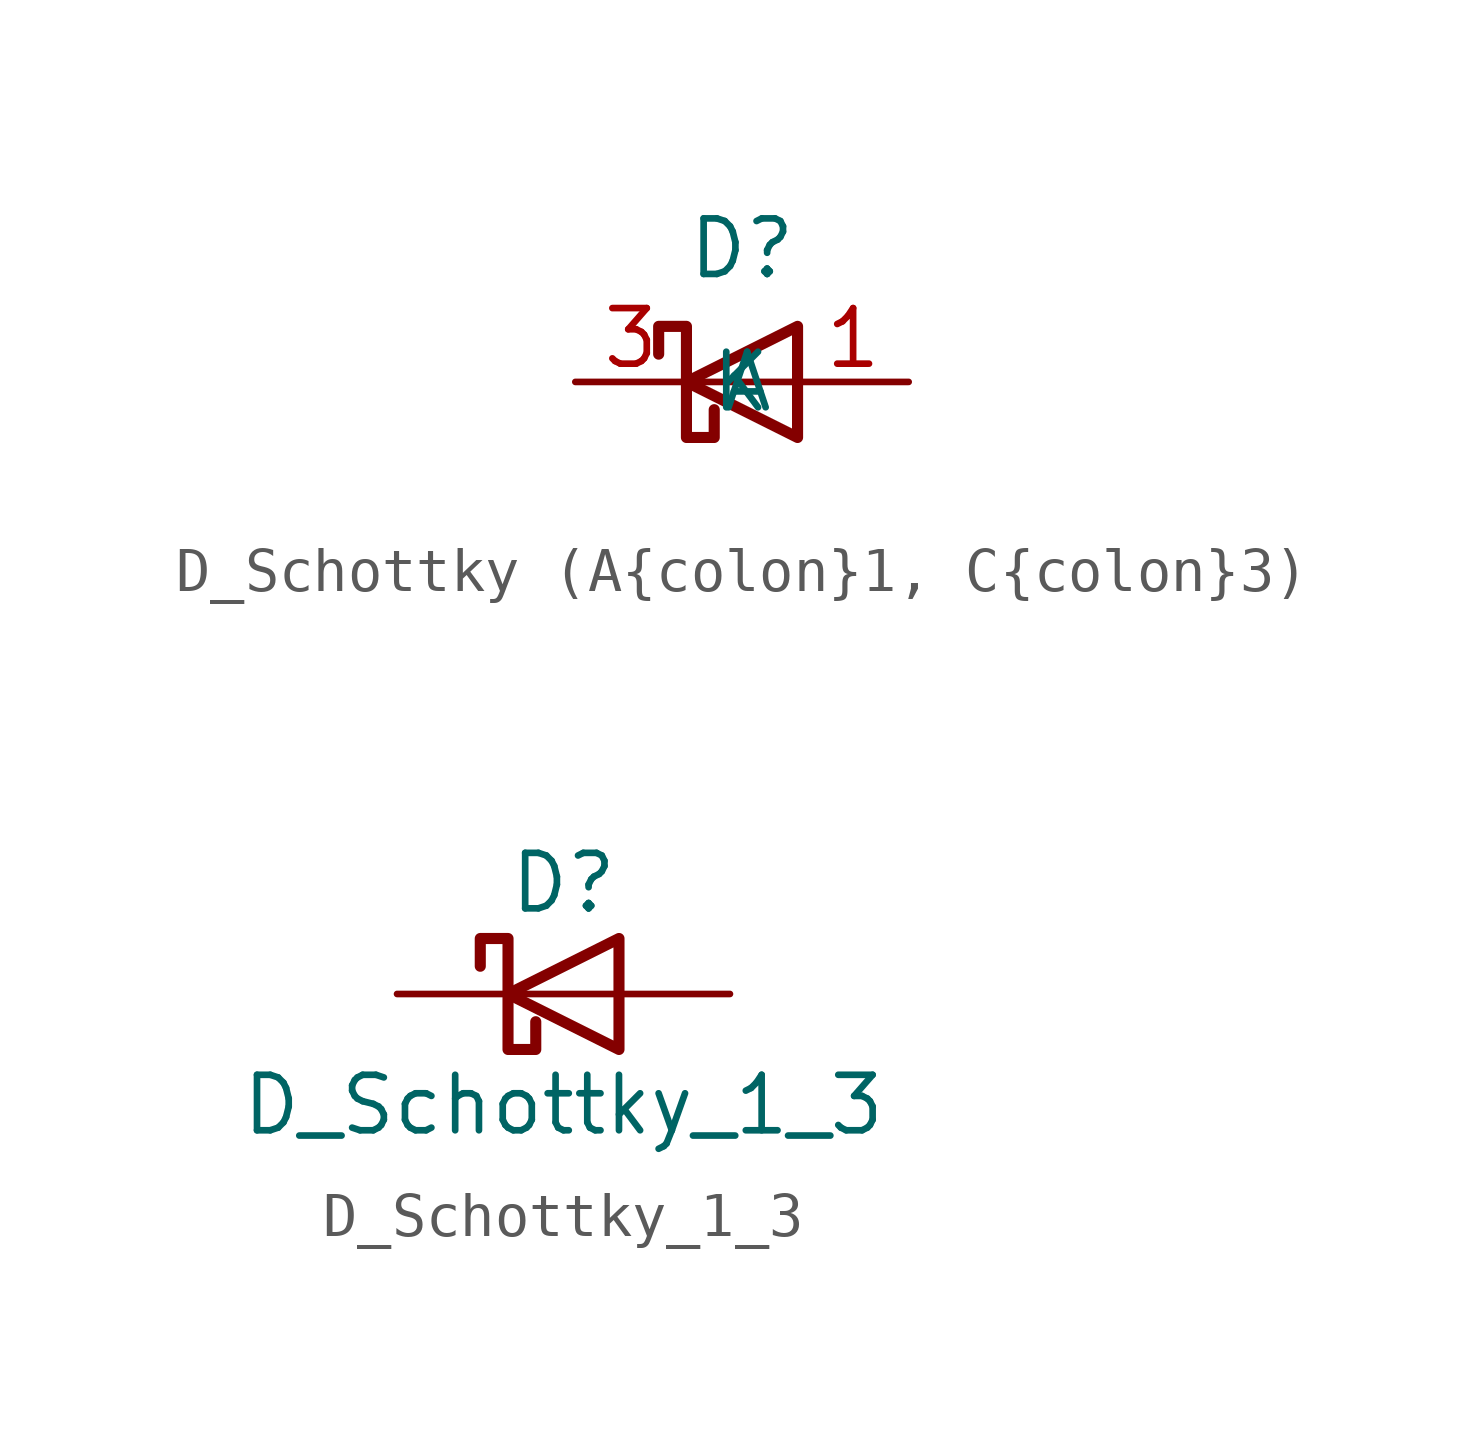
<source format=kicad_sym>
(kicad_symbol_lib
  (version 20231120)
  (generator "kicad_symbol_editor")
  (generator_version "8.0")
  (symbol "D_Schottky (A{colon}1, C{colon}3)"
    (property "Reference" "D"
      (at 0 3.048 0)
      (effects (font (size 1.27 1.27))))
    (property "Value" ""
      (at 0 -2.54 0)
      (effects (font (size 1.27 1.27))))
    (symbol "D_Schottky (A{colon}1, C{colon}3)_0_1"
      (polyline (pts (xy 1.27 0) (xy -1.27 0)) (stroke (width 0) (type default)) (fill (type none)))
      (polyline (pts (xy 1.27 1.27) (xy 1.27 -1.27) (xy -1.27 0) (xy 1.27 1.27)) (stroke (width 0.254) (type default)) (fill (type none)))
      (polyline (pts (xy -1.905 0.635) (xy -1.905 1.27) (xy -1.27 1.27) (xy -1.27 -1.27) (xy -0.635 -1.27) (xy -0.635 -0.635)) (stroke (width 0.254) (type default)) (fill (type none))))
    (symbol "D_Schottky (A{colon}1, C{colon}3)_1_1"
      (pin passive line (at 3.81 0 180) (length 2.54) (name "A" (effects (font (size 1.27 1.27)))) (number "1" (effects (font (size 1.27 1.27)))))
      (pin passive line (at -3.81 0 0) (length 2.54) (name "K" (effects (font (size 1.27 1.27)))) (number "3" (effects (font (size 1.27 1.27)))))))
  (symbol "D_Schottky_1_3"
    (pin_numbers hide)
    (pin_names
      (offset 1.016) hide)
    (property "Reference" "D"
      (at 0 2.54 0)
      (effects (font (size 1.27 1.27))))
    (property "Value" "D_Schottky_1_3"
      (at 0 -2.54 0)
      (effects (font (size 1.27 1.27))))
    (symbol "D_Schottky_1_3_0_1"
      (polyline (pts (xy 1.27 0) (xy -1.27 0)) (stroke (width 0) (type default)) (fill (type none)))
      (polyline (pts (xy 1.27 1.27) (xy 1.27 -1.27) (xy -1.27 0) (xy 1.27 1.27)) (stroke (width 0.254) (type default)) (fill (type none)))
      (polyline (pts (xy -1.905 0.635) (xy -1.905 1.27) (xy -1.27 1.27) (xy -1.27 -1.27) (xy -0.635 -1.27) (xy -0.635 -0.635)) (stroke (width 0.254) (type default)) (fill (type none))))
    (symbol "D_Schottky_1_3_1_1"
      (pin passive line (at 3.81 0 180) (length 2.54) (name "A" (effects (font (size 1.27 1.27)))) (number "1" (effects (font (size 1.27 1.27)))))
      (pin passive line (at -3.81 0 0) (length 2.54) (name "K" (effects (font (size 1.27 1.27)))) (number "3" (effects (font (size 1.27 1.27))))))))
</source>
